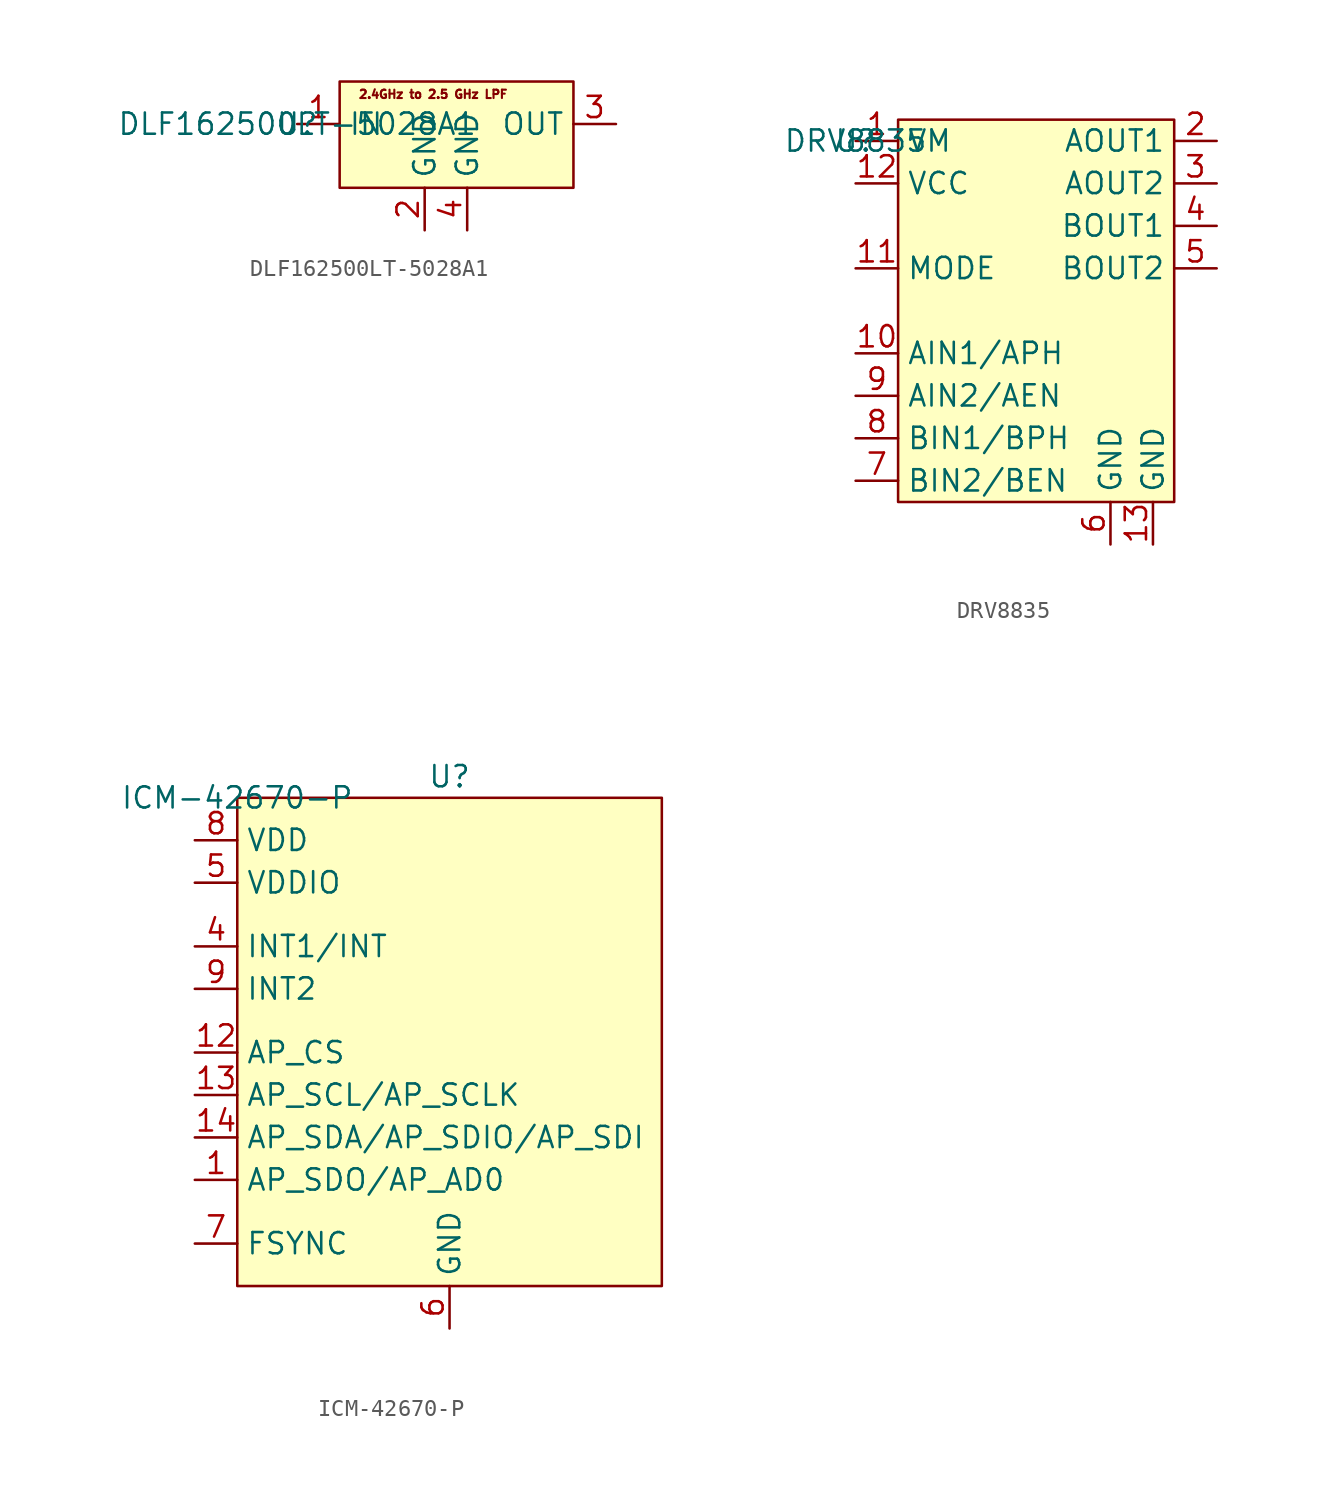
<source format=kicad_sym>
(kicad_symbol_lib
  (version 20231120)
  (generator "kicad_symbol_editor")
  (generator_version "8.0")
  (symbol "DLF162500LT-5028A1"
    (property "Reference" "U"
      (at 0 0 0)
      (effects (font (size 1.27 1.27))))
    (property "Value" "DLF162500LT-5028A1"
      (at 0 0 0)
      (effects (font (size 1.27 1.27))))
    (symbol "DLF162500LT-5028A1_0_0"
      (pin passive line (at 0 0 0) (length 2.54) (name "IN" (effects (font (size 1.27 1.27)))) (number "1" (effects (font (size 1.27 1.27)))))
      (pin passive line (at 7.62 -6.35 90) (length 2.54) (name "GND" (effects (font (size 1.27 1.27)))) (number "2" (effects (font (size 1.27 1.27)))))
      (pin passive line (at 19.05 0 180) (length 2.54) (name "OUT" (effects (font (size 1.27 1.27)))) (number "3" (effects (font (size 1.27 1.27)))))
      (pin passive line (at 10.16 -6.35 90) (length 2.54) (name "GND" (effects (font (size 1.27 1.27)))) (number "4" (effects (font (size 1.27 1.27))))))
    (symbol "DLF162500LT-5028A1_1_1"
      (rectangle (start 2.54 2.54) (end 16.51 -3.81) (stroke (width 0) (type default)) (fill (type background)))
      (text "2.4GHz to 2.5 GHz LPF" (at 8.128 1.778 0) (effects (font (size 0.5 0.5))))))
  (symbol "DRV8835"
    (property "Reference" "U"
      (at 0 0 0)
      (effects (font (size 1.27 1.27))))
    (property "Value" "DRV8835"
      (at 0 0 0)
      (effects (font (size 1.27 1.27))))
    (symbol "DRV8835_0_0"
      (pin passive line (at 0 0 0) (length 2.54) (name "VM" (effects (font (size 1.27 1.27)))) (number "1" (effects (font (size 1.27 1.27)))))
      (pin passive line (at 0 -12.7 0) (length 2.54) (name "AIN1/APH" (effects (font (size 1.27 1.27)))) (number "10" (effects (font (size 1.27 1.27)))))
      (pin passive line (at 0 -7.62 0) (length 2.54) (name "MODE" (effects (font (size 1.27 1.27)))) (number "11" (effects (font (size 1.27 1.27)))))
      (pin passive line (at 0 -2.54 0) (length 2.54) (name "VCC" (effects (font (size 1.27 1.27)))) (number "12" (effects (font (size 1.27 1.27)))))
      (pin passive line (at 17.78 -24.13 90) (length 2.54) (name "GND" (effects (font (size 1.27 1.27)))) (number "13" (effects (font (size 1.27 1.27)))))
      (pin passive line (at 21.59 0 180) (length 2.54) (name "AOUT1" (effects (font (size 1.27 1.27)))) (number "2" (effects (font (size 1.27 1.27)))))
      (pin passive line (at 21.59 -2.54 180) (length 2.54) (name "AOUT2" (effects (font (size 1.27 1.27)))) (number "3" (effects (font (size 1.27 1.27)))))
      (pin passive line (at 21.59 -5.08 180) (length 2.54) (name "BOUT1" (effects (font (size 1.27 1.27)))) (number "4" (effects (font (size 1.27 1.27)))))
      (pin passive line (at 21.59 -7.62 180) (length 2.54) (name "BOUT2" (effects (font (size 1.27 1.27)))) (number "5" (effects (font (size 1.27 1.27)))))
      (pin passive line (at 15.24 -24.13 90) (length 2.54) (name "GND" (effects (font (size 1.27 1.27)))) (number "6" (effects (font (size 1.27 1.27)))))
      (pin passive line (at 0 -20.32 0) (length 2.54) (name "BIN2/BEN" (effects (font (size 1.27 1.27)))) (number "7" (effects (font (size 1.27 1.27)))))
      (pin passive line (at 0 -17.78 0) (length 2.54) (name "BIN1/BPH" (effects (font (size 1.27 1.27)))) (number "8" (effects (font (size 1.27 1.27)))))
      (pin passive line (at 0 -15.24 0) (length 2.54) (name "AIN2/AEN" (effects (font (size 1.27 1.27)))) (number "9" (effects (font (size 1.27 1.27))))))
    (symbol "DRV8835_1_1"
      (rectangle (start 2.54 1.27) (end 19.05 -21.59) (stroke (width 0) (type default)) (fill (type background)))))
  (symbol "ICM-42670-P"
    (property "Reference" "U"
      (at 12.7 1.27 0)
      (effects (font (size 1.27 1.27))))
    (property "Value" "ICM-42670-P"
      (at 0 0 0)
      (effects (font (size 1.27 1.27))))
    (symbol "ICM-42670-P_0_0"
      (pin passive line (at -2.54 -22.86 0) (length 2.54) (name "AP_SDO/AP_AD0" (effects (font (size 1.27 1.27)))) (number "1" (effects (font (size 1.27 1.27)))))
      (pin passive line (at -2.54 -15.24 0) (length 2.54) (name "AP_CS" (effects (font (size 1.27 1.27)))) (number "12" (effects (font (size 1.27 1.27)))))
      (pin passive line (at -2.54 -17.78 0) (length 2.54) (name "AP_SCL/AP_SCLK" (effects (font (size 1.27 1.27)))) (number "13" (effects (font (size 1.27 1.27)))))
      (pin passive line (at -2.54 -20.32 0) (length 2.54) (name "AP_SDA/AP_SDIO/AP_SDI" (effects (font (size 1.27 1.27)))) (number "14" (effects (font (size 1.27 1.27)))))
      (pin passive line (at -2.54 -8.89 0) (length 2.54) (name "INT1/INT" (effects (font (size 1.27 1.27)))) (number "4" (effects (font (size 1.27 1.27)))))
      (pin passive line (at -2.54 -5.08 0) (length 2.54) (name "VDDIO" (effects (font (size 1.27 1.27)))) (number "5" (effects (font (size 1.27 1.27)))))
      (pin passive line (at 12.7 -31.75 90) (length 2.54) (name "GND" (effects (font (size 1.27 1.27)))) (number "6" (effects (font (size 1.27 1.27)))))
      (pin passive line (at -2.54 -26.67 0) (length 2.54) (name "FSYNC" (effects (font (size 1.27 1.27)))) (number "7" (effects (font (size 1.27 1.27)))))
      (pin passive line (at -2.54 -2.54 0) (length 2.54) (name "VDD" (effects (font (size 1.27 1.27)))) (number "8" (effects (font (size 1.27 1.27)))))
      (pin passive line (at -2.54 -11.43 0) (length 2.54) (name "INT2" (effects (font (size 1.27 1.27)))) (number "9" (effects (font (size 1.27 1.27))))))
    (symbol "ICM-42670-P_1_1"
      (rectangle (start 0 0) (end 25.4 -29.21) (stroke (width 0) (type default)) (fill (type background))))))
</source>
